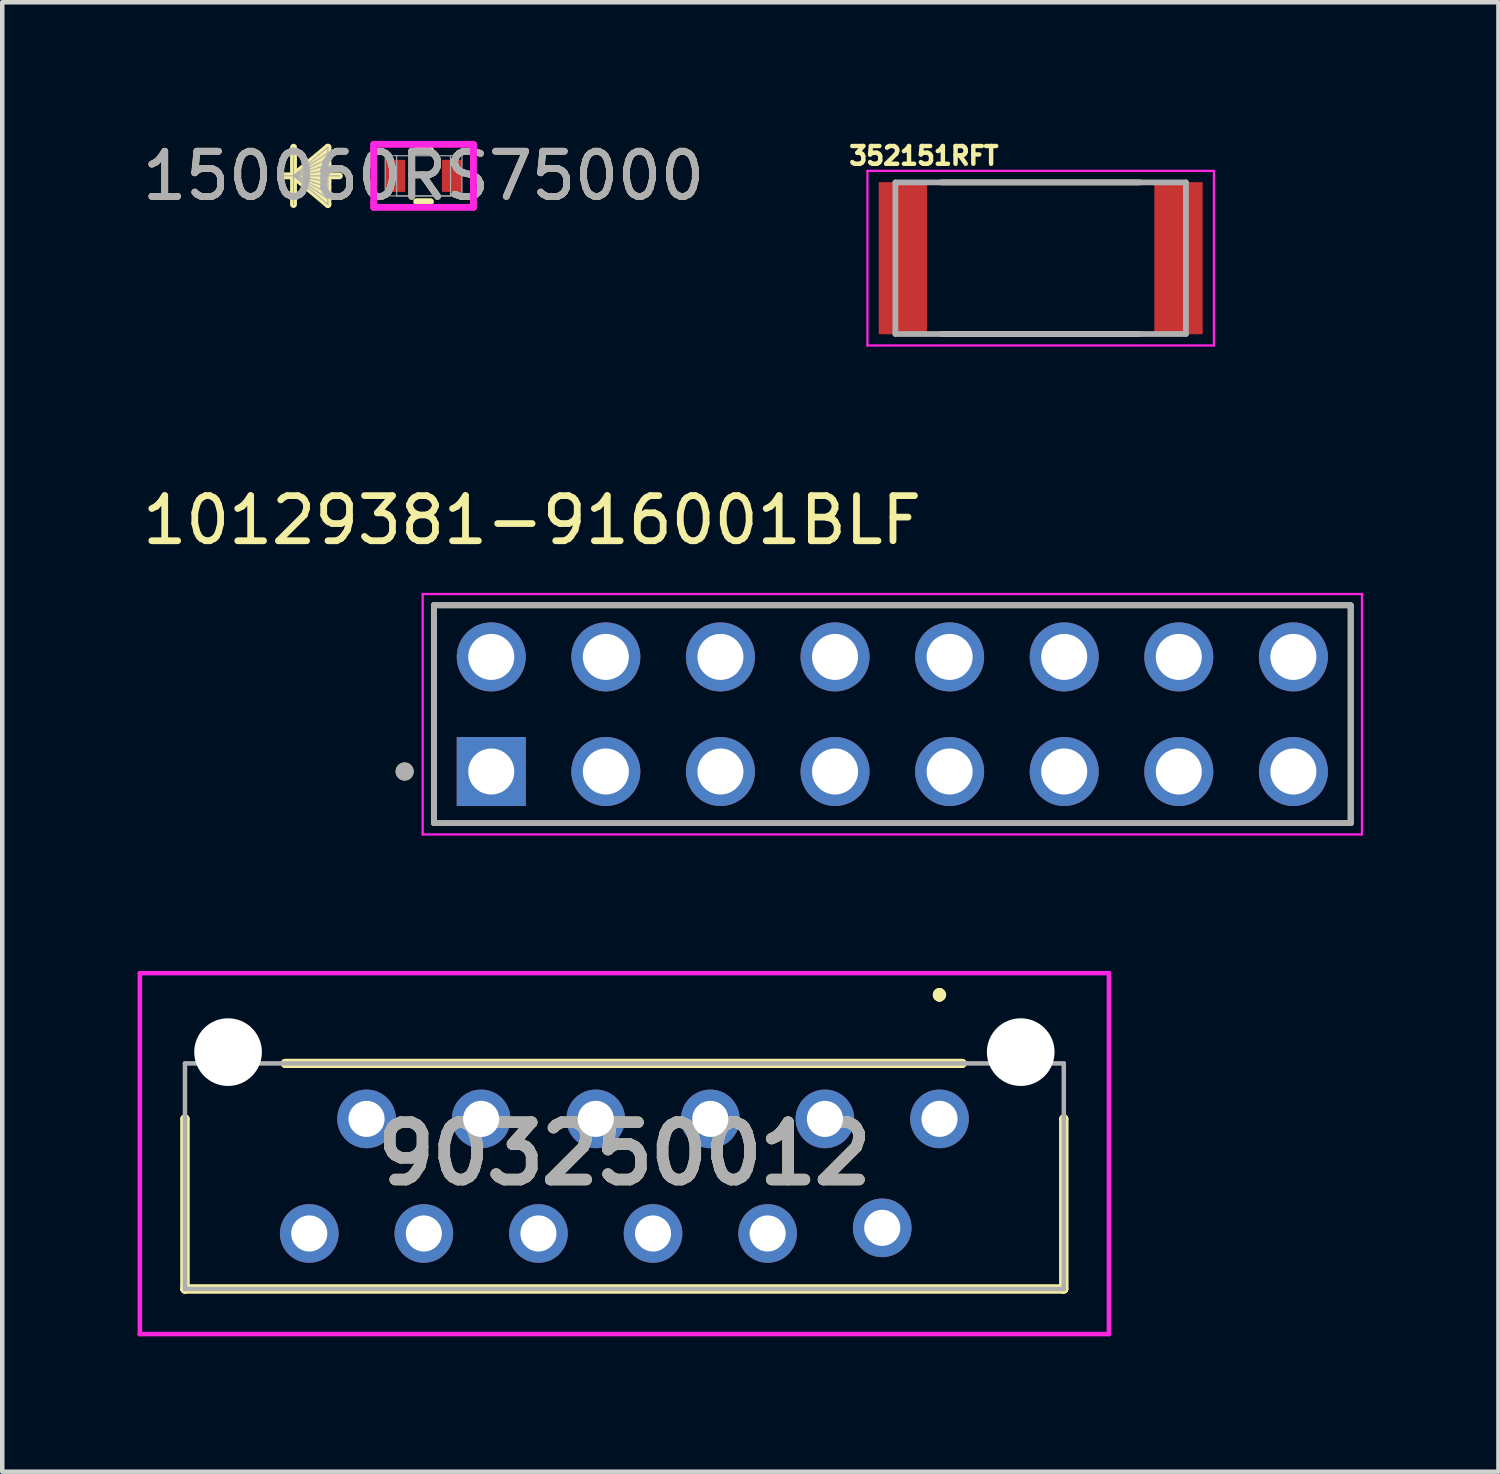
<source format=kicad_pcb>
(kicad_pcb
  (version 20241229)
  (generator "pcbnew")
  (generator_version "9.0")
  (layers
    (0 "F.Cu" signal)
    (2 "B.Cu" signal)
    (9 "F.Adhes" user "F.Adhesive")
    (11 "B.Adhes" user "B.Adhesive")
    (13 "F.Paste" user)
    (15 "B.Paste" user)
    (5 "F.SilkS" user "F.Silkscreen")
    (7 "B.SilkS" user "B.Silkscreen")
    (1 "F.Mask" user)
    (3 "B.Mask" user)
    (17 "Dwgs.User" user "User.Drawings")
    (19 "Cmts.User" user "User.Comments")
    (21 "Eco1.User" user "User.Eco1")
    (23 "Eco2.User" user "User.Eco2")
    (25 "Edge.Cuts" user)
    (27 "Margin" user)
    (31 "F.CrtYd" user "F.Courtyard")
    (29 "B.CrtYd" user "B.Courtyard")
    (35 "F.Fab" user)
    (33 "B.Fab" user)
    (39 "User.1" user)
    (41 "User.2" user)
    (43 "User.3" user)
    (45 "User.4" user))
  (footprint "352151RFT"
    (layer "F.Cu")
    (at 20.017 2.673)
    (property "Reference" "352151RFT" (at -2.59 -2.27 0) (layer "F.SilkS") (effects (font (size 0.394 0.394) (thickness 0.15))))
    (attr smd)
    (fp_line (start -2.2 -1.68) (end 2.2 -1.68) (stroke (width 0.127) (type solid)) (layer "F.SilkS"))
    (fp_line (start -2.2 1.68) (end 2.2 1.68) (stroke (width 0.127) (type solid)) (layer "F.SilkS"))
    (fp_line (start -3.84 -1.935) (end 3.84 -1.935) (stroke (width 0.05) (type solid)) (layer "F.CrtYd"))
    (fp_line (start -3.84 1.935) (end -3.84 -1.935) (stroke (width 0.05) (type solid)) (layer "F.CrtYd"))
    (fp_line (start -3.84 1.935) (end 3.84 1.935) (stroke (width 0.05) (type solid)) (layer "F.CrtYd"))
    (fp_line (start 3.84 1.935) (end 3.84 -1.935) (stroke (width 0.05) (type solid)) (layer "F.CrtYd"))
    (fp_line (start -3.22 1.68) (end -3.22 -1.68) (stroke (width 0.127) (type solid)) (layer "F.Fab"))
    (fp_line (start 3.22 -1.68) (end -3.22 -1.68) (stroke (width 0.127) (type solid)) (layer "F.Fab"))
    (fp_line (start 3.22 1.68) (end -3.22 1.68) (stroke (width 0.127) (type solid)) (layer "F.Fab"))
    (fp_line (start 3.22 1.68) (end 3.22 -1.68) (stroke (width 0.127) (type solid)) (layer "F.Fab"))
    (pad "1" smd rect (at -3.055 0) (size 1.07 3.37) (layers "F.Cu" "F.Mask" "F.Paste"))
    (pad "2" smd rect (at 3.055 0) (size 1.07 3.37) (layers "F.Cu" "F.Mask" "F.Paste")))
  (footprint "903250012"
    (layer "F.Cu")
    (at 17.775 21.751)
    (property "Reference" "903250012" (at -6.985 0.77 0) (layer "F.SilkS") (effects (font (size 1.27 1.27) (thickness 0.254))))
    (attr through_hole)
    (fp_line (start -16.725 0) (end -16.725 0) (stroke (width 0.2) (type solid)) (layer "F.SilkS"))
    (fp_line (start -16.725 0) (end -16.725 3.77) (stroke (width 0.2) (type solid)) (layer "F.SilkS"))
    (fp_line (start -16.725 3.77) (end -16.725 0) (stroke (width 0.2) (type solid)) (layer "F.SilkS"))
    (fp_line (start -16.725 3.77) (end -16.725 3.77) (stroke (width 0.2) (type solid)) (layer "F.SilkS"))
    (fp_line (start -16.725 3.77) (end -16.725 3.77) (stroke (width 0.2) (type solid)) (layer "F.SilkS"))
    (fp_line (start -16.725 3.77) (end 2.75 3.77) (stroke (width 0.2) (type solid)) (layer "F.SilkS"))
    (fp_line (start -14.5 -1.23) (end -14.5 -1.23) (stroke (width 0.2) (type solid)) (layer "F.SilkS"))
    (fp_line (start -14.5 -1.23) (end 0.5 -1.23) (stroke (width 0.2) (type solid)) (layer "F.SilkS"))
    (fp_line (start 0 -2.8) (end 0 -2.8) (stroke (width 0.2) (type solid)) (layer "F.SilkS"))
    (fp_line (start 0 -2.8) (end 0 -2.8) (stroke (width 0.2) (type solid)) (layer "F.SilkS"))
    (fp_line (start 0 -2.7) (end 0 -2.7) (stroke (width 0.2) (type solid)) (layer "F.SilkS"))
    (fp_line (start 0.5 -1.23) (end -14.5 -1.23) (stroke (width 0.2) (type solid)) (layer "F.SilkS"))
    (fp_line (start 0.5 -1.23) (end 0.5 -1.23) (stroke (width 0.2) (type solid)) (layer "F.SilkS"))
    (fp_line (start 2.75 3.77) (end -16.725 3.77) (stroke (width 0.2) (type solid)) (layer "F.SilkS"))
    (fp_line (start 2.75 3.77) (end 2.75 3.77) (stroke (width 0.2) (type solid)) (layer "F.SilkS"))
    (fp_line (start 2.755 0) (end 2.755 0) (stroke (width 0.2) (type solid)) (layer "F.SilkS"))
    (fp_line (start 2.755 0) (end 2.755 3.77) (stroke (width 0.2) (type solid)) (layer "F.SilkS"))
    (fp_line (start 2.755 3.77) (end 2.755 0) (stroke (width 0.2) (type solid)) (layer "F.SilkS"))
    (fp_line (start 2.755 3.77) (end 2.755 3.77) (stroke (width 0.2) (type solid)) (layer "F.SilkS"))
    (fp_arc (start 0 -2.8) (mid 0.05 -2.75) (end 0 -2.7) (stroke (width 0.2) (type solid)) (layer "F.SilkS"))
    (fp_arc (start 0 -2.7) (mid -0.05 -2.75) (end 0 -2.8) (stroke (width 0.2) (type solid)) (layer "F.SilkS"))
    (fp_arc (start 0 -2.7) (mid -0.05 -2.75) (end 0 -2.8) (stroke (width 0.2) (type solid)) (layer "F.SilkS"))
    (fp_line (start -17.725 -3.23) (end 3.755 -3.23) (stroke (width 0.1) (type solid)) (layer "F.CrtYd"))
    (fp_line (start -17.725 4.77) (end -17.725 -3.23) (stroke (width 0.1) (type solid)) (layer "F.CrtYd"))
    (fp_line (start 3.755 -3.23) (end 3.755 4.77) (stroke (width 0.1) (type solid)) (layer "F.CrtYd"))
    (fp_line (start 3.755 4.77) (end -17.725 4.77) (stroke (width 0.1) (type solid)) (layer "F.CrtYd"))
    (fp_line (start -16.725 -1.23) (end -16.725 3.77) (stroke (width 0.1) (type solid)) (layer "F.Fab"))
    (fp_line (start -16.725 3.77) (end 2.755 3.77) (stroke (width 0.1) (type solid)) (layer "F.Fab"))
    (fp_line (start 2.755 -1.23) (end -16.725 -1.23) (stroke (width 0.1) (type solid)) (layer "F.Fab"))
    (fp_line (start 2.755 3.77) (end 2.755 -1.23) (stroke (width 0.1) (type solid)) (layer "F.Fab"))
    (fp_text user "${REFERENCE}" (at -6.985 0.77 0) (layer "F.Fab") (effects (font (size 1.27 1.27) (thickness 0.254))))
    (pad "" np_thru_hole circle (at -15.77 -1.48) (size 1.5 1.5) (drill 1.5) (layers "*.Cu" "*.Mask"))
    (pad "" np_thru_hole circle (at 1.8 -1.48) (size 1.5 1.5) (drill 1.5) (layers "*.Cu" "*.Mask"))
    (pad "1" thru_hole circle (at 0 0) (size 1.3 1.3) (drill 0.8) (layers "*.Cu" "*.Mask"))
    (pad "2" thru_hole circle (at -1.27 2.415) (size 1.3 1.3) (drill 0.8) (layers "*.Cu" "*.Mask"))
    (pad "3" thru_hole circle (at -2.54 0) (size 1.3 1.3) (drill 0.8) (layers "*.Cu" "*.Mask"))
    (pad "4" thru_hole circle (at -3.81 2.54) (size 1.3 1.3) (drill 0.8) (layers "*.Cu" "*.Mask"))
    (pad "5" thru_hole circle (at -5.08 0) (size 1.3 1.3) (drill 0.8) (layers "*.Cu" "*.Mask"))
    (pad "6" thru_hole circle (at -6.35 2.54) (size 1.3 1.3) (drill 0.8) (layers "*.Cu" "*.Mask"))
    (pad "7" thru_hole circle (at -7.62 0) (size 1.3 1.3) (drill 0.8) (layers "*.Cu" "*.Mask"))
    (pad "8" thru_hole circle (at -8.89 2.54) (size 1.3 1.3) (drill 0.8) (layers "*.Cu" "*.Mask"))
    (pad "9" thru_hole circle (at -10.16 0) (size 1.3 1.3) (drill 0.8) (layers "*.Cu" "*.Mask"))
    (pad "10" thru_hole circle (at -11.43 2.54) (size 1.3 1.3) (drill 0.8) (layers "*.Cu" "*.Mask"))
    (pad "11" thru_hole circle (at -12.7 0) (size 1.3 1.3) (drill 0.8) (layers "*.Cu" "*.Mask"))
    (pad "12" thru_hole circle (at -13.97 2.54) (size 1.3 1.3) (drill 0.8) (layers "*.Cu" "*.Mask")))
  (footprint "150060RS75000"
    (layer "F.Cu")
    (at 6.339 0.848)
    (property "Reference" "150060RS75000" (at 0 0 0) (unlocked yes) (layer "F.SilkS") (effects (font (size 1 1) (thickness 0.15))))
    (attr smd)
    (fp_line (start -2.883 -0.635) (end -2.883 0.635) (stroke (width 0.152) (type solid)) (layer "F.SilkS"))
    (fp_line (start -2.883 0) (end -2.121 -0.635) (stroke (width 0.152) (type solid)) (layer "F.SilkS"))
    (fp_line (start -2.883 0) (end -2.121 -0.508) (stroke (width 0.152) (type solid)) (layer "F.SilkS"))
    (fp_line (start -2.883 0) (end -2.121 -0.381) (stroke (width 0.152) (type solid)) (layer "F.SilkS"))
    (fp_line (start -2.883 0) (end -2.121 -0.254) (stroke (width 0.152) (type solid)) (layer "F.SilkS"))
    (fp_line (start -2.883 0) (end -2.121 -0.127) (stroke (width 0.152) (type solid)) (layer "F.SilkS"))
    (fp_line (start -2.883 0) (end -2.121 0.127) (stroke (width 0.152) (type solid)) (layer "F.SilkS"))
    (fp_line (start -2.883 0) (end -2.121 0.254) (stroke (width 0.152) (type solid)) (layer "F.SilkS"))
    (fp_line (start -2.883 0) (end -2.121 0.381) (stroke (width 0.152) (type solid)) (layer "F.SilkS"))
    (fp_line (start -2.883 0) (end -2.121 0.508) (stroke (width 0.152) (type solid)) (layer "F.SilkS"))
    (fp_line (start -2.883 0) (end -2.121 0.635) (stroke (width 0.152) (type solid)) (layer "F.SilkS"))
    (fp_line (start -2.121 -0.635) (end -2.121 0.635) (stroke (width 0.152) (type solid)) (layer "F.SilkS"))
    (fp_line (start -1.867 0) (end -3.137 0) (stroke (width 0.152) (type solid)) (layer "F.SilkS"))
    (fp_line (start -0.153 0.572) (end 0.153 0.572) (stroke (width 0.152) (type solid)) (layer "F.SilkS"))
    (fp_line (start 0.153 -0.572) (end -0.153 -0.572) (stroke (width 0.152) (type solid)) (layer "F.SilkS"))
    (fp_line (start -1.105 -0.699) (end 1.105 -0.699) (stroke (width 0.152) (type solid)) (layer "F.CrtYd"))
    (fp_line (start -1.105 -0.61) (end -1.105 -0.699) (stroke (width 0.152) (type solid)) (layer "F.CrtYd"))
    (fp_line (start -1.105 -0.61) (end -1.105 -0.61) (stroke (width 0.152) (type solid)) (layer "F.CrtYd"))
    (fp_line (start -1.105 0.61) (end -1.105 -0.61) (stroke (width 0.152) (type solid)) (layer "F.CrtYd"))
    (fp_line (start -1.105 0.61) (end -1.105 0.61) (stroke (width 0.152) (type solid)) (layer "F.CrtYd"))
    (fp_line (start -1.105 0.699) (end -1.105 0.61) (stroke (width 0.152) (type solid)) (layer "F.CrtYd"))
    (fp_line (start 1.105 -0.699) (end 1.105 -0.61) (stroke (width 0.152) (type solid)) (layer "F.CrtYd"))
    (fp_line (start 1.105 -0.61) (end 1.105 -0.61) (stroke (width 0.152) (type solid)) (layer "F.CrtYd"))
    (fp_line (start 1.105 -0.61) (end 1.105 0.61) (stroke (width 0.152) (type solid)) (layer "F.CrtYd"))
    (fp_line (start 1.105 0.61) (end 1.105 0.61) (stroke (width 0.152) (type solid)) (layer "F.CrtYd"))
    (fp_line (start 1.105 0.61) (end 1.105 0.699) (stroke (width 0.152) (type solid)) (layer "F.CrtYd"))
    (fp_line (start 1.105 0.699) (end -1.105 0.699) (stroke (width 0.152) (type solid)) (layer "F.CrtYd"))
    (fp_line (start -2.883 -0.635) (end -2.883 0.635) (stroke (width 0.025) (type solid)) (layer "F.Fab"))
    (fp_line (start -2.883 0) (end -2.121 -0.635) (stroke (width 0.025) (type solid)) (layer "F.Fab"))
    (fp_line (start -2.883 0) (end -2.121 -0.508) (stroke (width 0.025) (type solid)) (layer "F.Fab"))
    (fp_line (start -2.883 0) (end -2.121 -0.381) (stroke (width 0.025) (type solid)) (layer "F.Fab"))
    (fp_line (start -2.883 0) (end -2.121 -0.254) (stroke (width 0.025) (type solid)) (layer "F.Fab"))
    (fp_line (start -2.883 0) (end -2.121 -0.127) (stroke (width 0.025) (type solid)) (layer "F.Fab"))
    (fp_line (start -2.883 0) (end -2.121 0.127) (stroke (width 0.025) (type solid)) (layer "F.Fab"))
    (fp_line (start -2.883 0) (end -2.121 0.254) (stroke (width 0.025) (type solid)) (layer "F.Fab"))
    (fp_line (start -2.883 0) (end -2.121 0.381) (stroke (width 0.025) (type solid)) (layer "F.Fab"))
    (fp_line (start -2.883 0) (end -2.121 0.508) (stroke (width 0.025) (type solid)) (layer "F.Fab"))
    (fp_line (start -2.883 0) (end -2.121 0.635) (stroke (width 0.025) (type solid)) (layer "F.Fab"))
    (fp_line (start -2.121 -0.635) (end -2.121 0.635) (stroke (width 0.025) (type solid)) (layer "F.Fab"))
    (fp_line (start -1.867 0) (end -3.137 0) (stroke (width 0.025) (type solid)) (layer "F.Fab"))
    (fp_line (start -0.851 -0.445) (end -0.851 0.445) (stroke (width 0.025) (type solid)) (layer "F.Fab"))
    (fp_line (start -0.851 0.445) (end 0.851 0.445) (stroke (width 0.025) (type solid)) (layer "F.Fab"))
    (fp_line (start -0.597 -0.445) (end -0.597 0.445) (stroke (width 0.025) (type solid)) (layer "F.Fab"))
    (fp_line (start -0.597 0.445) (end 0.597 0.445) (stroke (width 0.025) (type solid)) (layer "F.Fab"))
    (fp_line (start 0.597 0.445) (end 0.597 -0.445) (stroke (width 0.025) (type solid)) (layer "F.Fab"))
    (fp_line (start 0.851 -0.445) (end -0.851 -0.445) (stroke (width 0.025) (type solid)) (layer "F.Fab"))
    (fp_line (start 0.851 0.445) (end 0.851 -0.445) (stroke (width 0.025) (type solid)) (layer "F.Fab"))
    (fp_text user "${REFERENCE}" (at 0 0 0) (unlocked yes) (layer "F.Fab") (effects (font (size 1 1) (thickness 0.15))))
    (pad "1" smd rect (at -0.629 0) (size 0.445 0.711) (layers "F.Cu" "F.Mask" "F.Paste"))
    (pad "2" smd rect (at 0.629 0) (size 0.445 0.711) (layers "F.Cu" "F.Mask" "F.Paste"))
    (zone (net_name "") (layer "F.Cu") (hatch full 0.508) (connect_pads) (min_thickness 0.254) (filled_areas_thickness no) (keepout (tracks not_allowed) (vias not_allowed) (pads allowed) (copperpour not_allowed) (footprints allowed)) (placement (enabled no)) (fill) (polygon (pts (xy 5.984 0.455) (xy 6.695 0.455) (xy 6.695 1.242) (xy 5.984 1.242)))))
  (footprint "10129381-916001BLF"
    (layer "F.Cu")
    (at 16.729 12.781)
    (property "Reference" "10129381-916001BLF" (at -7.985 -4.3 0) (layer "F.SilkS") (effects (font (size 1 1) (thickness 0.15))))
    (attr through_hole)
    (fp_line (start -10.16 2.415) (end -10.16 -2.415) (stroke (width 0.127) (type solid)) (layer "F.SilkS"))
    (fp_line (start 10.16 -2.415) (end -10.16 -2.415) (stroke (width 0.127) (type solid)) (layer "F.SilkS"))
    (fp_line (start 10.16 -2.415) (end 10.16 2.415) (stroke (width 0.127) (type solid)) (layer "F.SilkS"))
    (fp_line (start 10.16 2.415) (end -10.16 2.415) (stroke (width 0.127) (type solid)) (layer "F.SilkS"))
    (fp_circle (center -10.81 1.27) (end -10.71 1.27) (stroke (width 0.2) (type solid)) (fill no) (layer "F.SilkS"))
    (fp_line (start -10.41 -2.665) (end 10.41 -2.665) (stroke (width 0.05) (type solid)) (layer "F.CrtYd"))
    (fp_line (start -10.41 2.665) (end -10.41 -2.665) (stroke (width 0.05) (type solid)) (layer "F.CrtYd"))
    (fp_line (start 10.41 -2.665) (end 10.41 2.665) (stroke (width 0.05) (type solid)) (layer "F.CrtYd"))
    (fp_line (start 10.41 2.665) (end -10.41 2.665) (stroke (width 0.05) (type solid)) (layer "F.CrtYd"))
    (fp_line (start -10.16 -2.415) (end 10.16 -2.415) (stroke (width 0.127) (type solid)) (layer "F.Fab"))
    (fp_line (start -10.16 -2.415) (end 10.16 -2.415) (stroke (width 0.127) (type solid)) (layer "F.Fab"))
    (fp_line (start -10.16 2.415) (end -10.16 -2.415) (stroke (width 0.127) (type solid)) (layer "F.Fab"))
    (fp_line (start -10.16 2.415) (end -10.16 -2.415) (stroke (width 0.127) (type solid)) (layer "F.Fab"))
    (fp_line (start 10.16 -2.415) (end 10.16 2.415) (stroke (width 0.127) (type solid)) (layer "F.Fab"))
    (fp_line (start 10.16 -2.415) (end 10.16 2.415) (stroke (width 0.127) (type solid)) (layer "F.Fab"))
    (fp_line (start 10.16 2.415) (end -10.16 2.415) (stroke (width 0.127) (type solid)) (layer "F.Fab"))
    (fp_circle (center -10.81 1.27) (end -10.71 1.27) (stroke (width 0.2) (type solid)) (fill no) (layer "F.Fab"))
    (pad "01" thru_hole rect (at -8.89 1.27) (size 1.53 1.53) (drill 1.02) (layers "*.Cu" "*.Mask"))
    (pad "02" thru_hole circle (at -8.89 -1.27) (size 1.53 1.53) (drill 1.02) (layers "*.Cu" "*.Mask"))
    (pad "03" thru_hole circle (at -6.35 1.27) (size 1.53 1.53) (drill 1.02) (layers "*.Cu" "*.Mask"))
    (pad "04" thru_hole circle (at -6.35 -1.27) (size 1.53 1.53) (drill 1.02) (layers "*.Cu" "*.Mask"))
    (pad "05" thru_hole circle (at -3.81 1.27) (size 1.53 1.53) (drill 1.02) (layers "*.Cu" "*.Mask"))
    (pad "06" thru_hole circle (at -3.81 -1.27) (size 1.53 1.53) (drill 1.02) (layers "*.Cu" "*.Mask"))
    (pad "07" thru_hole circle (at -1.27 1.27) (size 1.53 1.53) (drill 1.02) (layers "*.Cu" "*.Mask"))
    (pad "08" thru_hole circle (at -1.27 -1.27) (size 1.53 1.53) (drill 1.02) (layers "*.Cu" "*.Mask"))
    (pad "09" thru_hole circle (at 1.27 1.27) (size 1.53 1.53) (drill 1.02) (layers "*.Cu" "*.Mask"))
    (pad "10" thru_hole circle (at 1.27 -1.27) (size 1.53 1.53) (drill 1.02) (layers "*.Cu" "*.Mask"))
    (pad "11" thru_hole circle (at 3.81 1.27) (size 1.53 1.53) (drill 1.02) (layers "*.Cu" "*.Mask"))
    (pad "12" thru_hole circle (at 3.81 -1.27) (size 1.53 1.53) (drill 1.02) (layers "*.Cu" "*.Mask"))
    (pad "13" thru_hole circle (at 6.35 1.27) (size 1.53 1.53) (drill 1.02) (layers "*.Cu" "*.Mask"))
    (pad "14" thru_hole circle (at 6.35 -1.27) (size 1.53 1.53) (drill 1.02) (layers "*.Cu" "*.Mask"))
    (pad "15" thru_hole circle (at 8.89 1.27) (size 1.53 1.53) (drill 1.02) (layers "*.Cu" "*.Mask"))
    (pad "16" thru_hole circle (at 8.89 -1.27) (size 1.53 1.53) (drill 1.02) (layers "*.Cu" "*.Mask")))
  (gr_rect
    (start -3 -3)
    (end 30.164 29.571)
    (stroke (width 0.1) (type default))
    (fill no)
    (layer "Edge.Cuts")))
</source>
